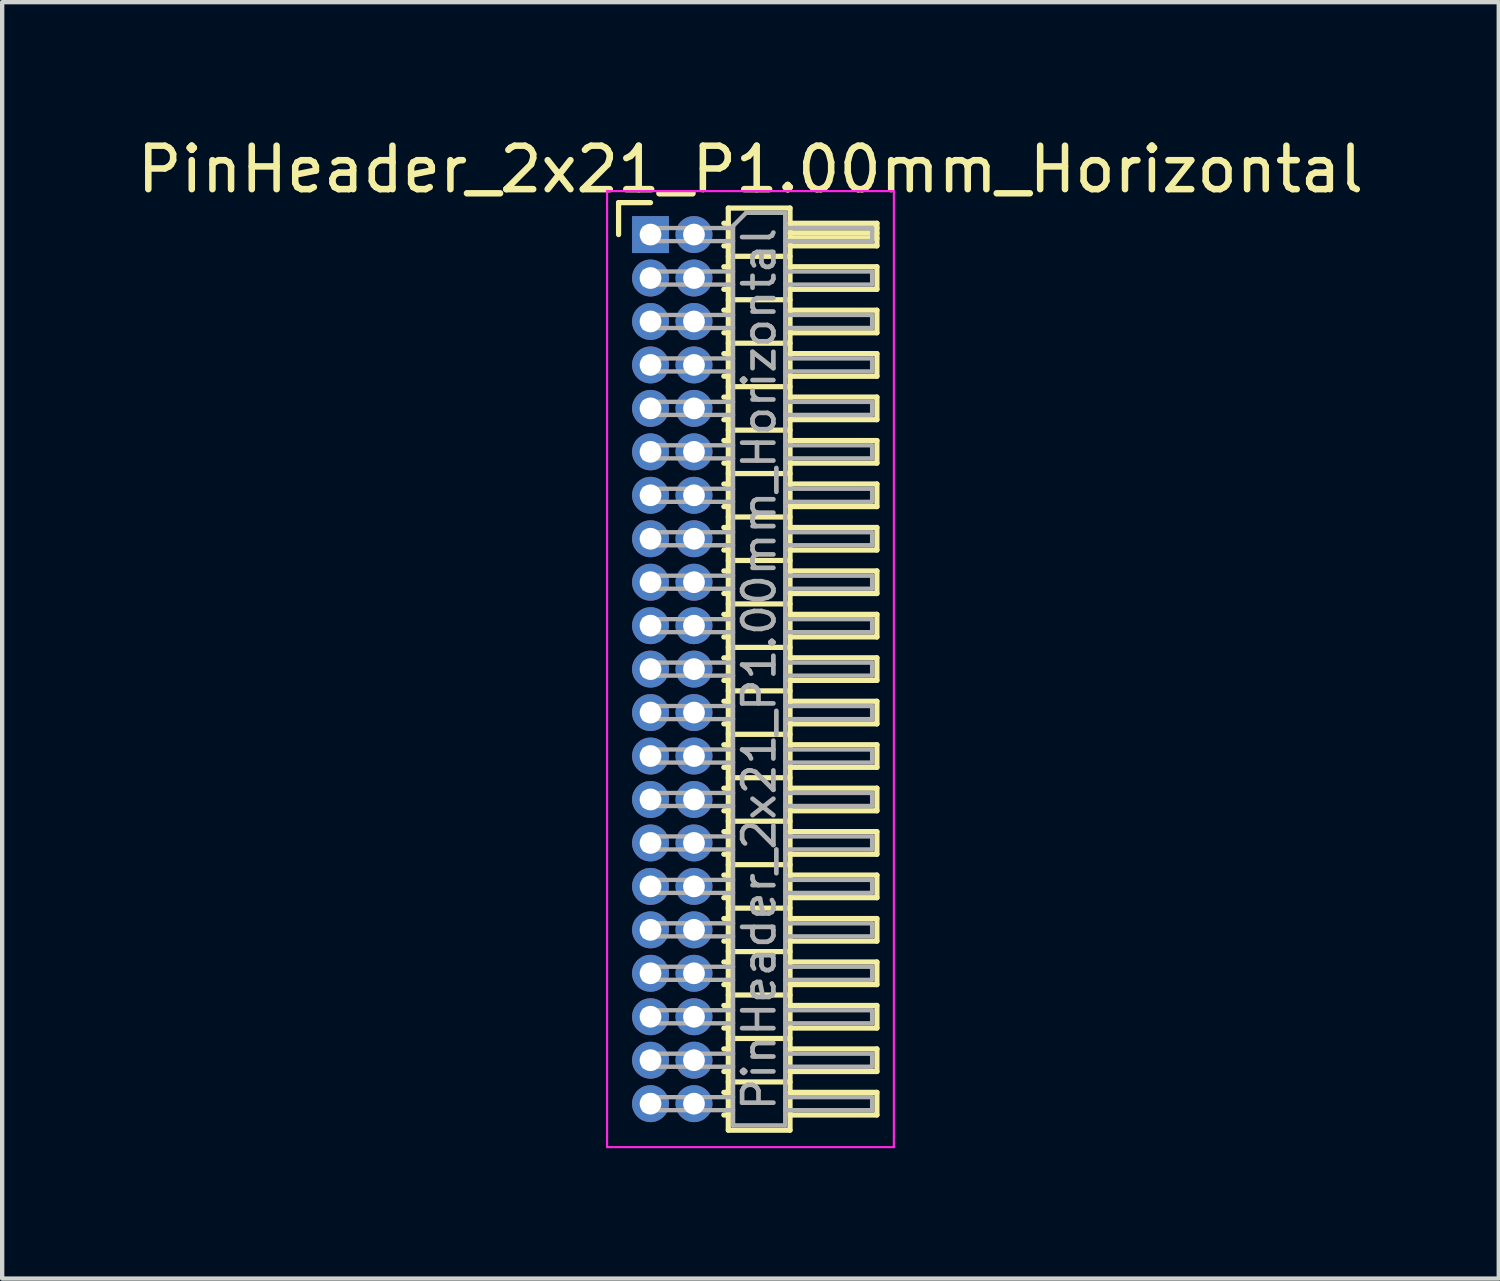
<source format=kicad_pcb>
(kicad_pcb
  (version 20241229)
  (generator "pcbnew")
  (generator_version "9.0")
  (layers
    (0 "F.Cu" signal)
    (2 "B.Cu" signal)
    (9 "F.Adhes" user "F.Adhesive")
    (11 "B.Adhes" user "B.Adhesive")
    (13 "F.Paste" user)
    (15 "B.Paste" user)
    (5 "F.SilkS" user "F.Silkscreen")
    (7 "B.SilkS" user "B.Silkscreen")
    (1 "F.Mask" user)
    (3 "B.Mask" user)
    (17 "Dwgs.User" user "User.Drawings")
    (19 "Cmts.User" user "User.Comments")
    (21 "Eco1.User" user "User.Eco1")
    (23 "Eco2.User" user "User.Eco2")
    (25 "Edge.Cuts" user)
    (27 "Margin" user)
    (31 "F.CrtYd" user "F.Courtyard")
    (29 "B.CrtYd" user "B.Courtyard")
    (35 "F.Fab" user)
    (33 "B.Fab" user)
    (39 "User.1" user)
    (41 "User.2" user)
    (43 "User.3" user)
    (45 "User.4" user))
  (footprint "PinHeader_2x21_P1.00mm_Horizontal"
    (layer "F.Cu")
    (at 11.92 2.348)
    (property "Reference" "PinHeader_2x21_P1.00mm_Horizontal" (at 2.3 -1.5 0) (layer "F.SilkS") (effects (font (size 1 1) (thickness 0.15))))
    (attr through_hole)
    (fp_line (start -0.735 -0.735) (end 0 -0.735) (stroke (width 0.12) (type solid)) (layer "F.SilkS"))
    (fp_line (start -0.735 0) (end -0.735 -0.735) (stroke (width 0.12) (type solid)) (layer "F.SilkS"))
    (fp_line (start 1.687 -0.26) (end 1.79 -0.26) (stroke (width 0.12) (type solid)) (layer "F.SilkS"))
    (fp_line (start 1.687 0.26) (end 1.79 0.26) (stroke (width 0.12) (type solid)) (layer "F.SilkS"))
    (fp_line (start 1.687 0.74) (end 1.79 0.74) (stroke (width 0.12) (type solid)) (layer "F.SilkS"))
    (fp_line (start 1.687 1.26) (end 1.79 1.26) (stroke (width 0.12) (type solid)) (layer "F.SilkS"))
    (fp_line (start 1.687 1.74) (end 1.79 1.74) (stroke (width 0.12) (type solid)) (layer "F.SilkS"))
    (fp_line (start 1.687 2.26) (end 1.79 2.26) (stroke (width 0.12) (type solid)) (layer "F.SilkS"))
    (fp_line (start 1.687 2.74) (end 1.79 2.74) (stroke (width 0.12) (type solid)) (layer "F.SilkS"))
    (fp_line (start 1.687 3.26) (end 1.79 3.26) (stroke (width 0.12) (type solid)) (layer "F.SilkS"))
    (fp_line (start 1.687 3.74) (end 1.79 3.74) (stroke (width 0.12) (type solid)) (layer "F.SilkS"))
    (fp_line (start 1.687 4.26) (end 1.79 4.26) (stroke (width 0.12) (type solid)) (layer "F.SilkS"))
    (fp_line (start 1.687 4.74) (end 1.79 4.74) (stroke (width 0.12) (type solid)) (layer "F.SilkS"))
    (fp_line (start 1.687 5.26) (end 1.79 5.26) (stroke (width 0.12) (type solid)) (layer "F.SilkS"))
    (fp_line (start 1.687 5.74) (end 1.79 5.74) (stroke (width 0.12) (type solid)) (layer "F.SilkS"))
    (fp_line (start 1.687 6.26) (end 1.79 6.26) (stroke (width 0.12) (type solid)) (layer "F.SilkS"))
    (fp_line (start 1.687 6.74) (end 1.79 6.74) (stroke (width 0.12) (type solid)) (layer "F.SilkS"))
    (fp_line (start 1.687 7.26) (end 1.79 7.26) (stroke (width 0.12) (type solid)) (layer "F.SilkS"))
    (fp_line (start 1.687 7.74) (end 1.79 7.74) (stroke (width 0.12) (type solid)) (layer "F.SilkS"))
    (fp_line (start 1.687 8.26) (end 1.79 8.26) (stroke (width 0.12) (type solid)) (layer "F.SilkS"))
    (fp_line (start 1.687 8.74) (end 1.79 8.74) (stroke (width 0.12) (type solid)) (layer "F.SilkS"))
    (fp_line (start 1.687 9.26) (end 1.79 9.26) (stroke (width 0.12) (type solid)) (layer "F.SilkS"))
    (fp_line (start 1.687 9.74) (end 1.79 9.74) (stroke (width 0.12) (type solid)) (layer "F.SilkS"))
    (fp_line (start 1.687 10.26) (end 1.79 10.26) (stroke (width 0.12) (type solid)) (layer "F.SilkS"))
    (fp_line (start 1.687 10.74) (end 1.79 10.74) (stroke (width 0.12) (type solid)) (layer "F.SilkS"))
    (fp_line (start 1.687 11.26) (end 1.79 11.26) (stroke (width 0.12) (type solid)) (layer "F.SilkS"))
    (fp_line (start 1.687 11.74) (end 1.79 11.74) (stroke (width 0.12) (type solid)) (layer "F.SilkS"))
    (fp_line (start 1.687 12.26) (end 1.79 12.26) (stroke (width 0.12) (type solid)) (layer "F.SilkS"))
    (fp_line (start 1.687 12.74) (end 1.79 12.74) (stroke (width 0.12) (type solid)) (layer "F.SilkS"))
    (fp_line (start 1.687 13.26) (end 1.79 13.26) (stroke (width 0.12) (type solid)) (layer "F.SilkS"))
    (fp_line (start 1.687 13.74) (end 1.79 13.74) (stroke (width 0.12) (type solid)) (layer "F.SilkS"))
    (fp_line (start 1.687 14.26) (end 1.79 14.26) (stroke (width 0.12) (type solid)) (layer "F.SilkS"))
    (fp_line (start 1.687 14.74) (end 1.79 14.74) (stroke (width 0.12) (type solid)) (layer "F.SilkS"))
    (fp_line (start 1.687 15.26) (end 1.79 15.26) (stroke (width 0.12) (type solid)) (layer "F.SilkS"))
    (fp_line (start 1.687 15.74) (end 1.79 15.74) (stroke (width 0.12) (type solid)) (layer "F.SilkS"))
    (fp_line (start 1.687 16.26) (end 1.79 16.26) (stroke (width 0.12) (type solid)) (layer "F.SilkS"))
    (fp_line (start 1.687 16.74) (end 1.79 16.74) (stroke (width 0.12) (type solid)) (layer "F.SilkS"))
    (fp_line (start 1.687 17.26) (end 1.79 17.26) (stroke (width 0.12) (type solid)) (layer "F.SilkS"))
    (fp_line (start 1.687 17.74) (end 1.79 17.74) (stroke (width 0.12) (type solid)) (layer "F.SilkS"))
    (fp_line (start 1.687 18.26) (end 1.79 18.26) (stroke (width 0.12) (type solid)) (layer "F.SilkS"))
    (fp_line (start 1.687 18.74) (end 1.79 18.74) (stroke (width 0.12) (type solid)) (layer "F.SilkS"))
    (fp_line (start 1.687 19.26) (end 1.79 19.26) (stroke (width 0.12) (type solid)) (layer "F.SilkS"))
    (fp_line (start 1.687 19.74) (end 1.79 19.74) (stroke (width 0.12) (type solid)) (layer "F.SilkS"))
    (fp_line (start 1.687 20.26) (end 1.79 20.26) (stroke (width 0.12) (type solid)) (layer "F.SilkS"))
    (fp_line (start 1.79 -0.61) (end 1.79 20.61) (stroke (width 0.12) (type solid)) (layer "F.SilkS"))
    (fp_line (start 1.79 0.5) (end 3.21 0.5) (stroke (width 0.12) (type solid)) (layer "F.SilkS"))
    (fp_line (start 1.79 1.5) (end 3.21 1.5) (stroke (width 0.12) (type solid)) (layer "F.SilkS"))
    (fp_line (start 1.79 2.5) (end 3.21 2.5) (stroke (width 0.12) (type solid)) (layer "F.SilkS"))
    (fp_line (start 1.79 3.5) (end 3.21 3.5) (stroke (width 0.12) (type solid)) (layer "F.SilkS"))
    (fp_line (start 1.79 4.5) (end 3.21 4.5) (stroke (width 0.12) (type solid)) (layer "F.SilkS"))
    (fp_line (start 1.79 5.5) (end 3.21 5.5) (stroke (width 0.12) (type solid)) (layer "F.SilkS"))
    (fp_line (start 1.79 6.5) (end 3.21 6.5) (stroke (width 0.12) (type solid)) (layer "F.SilkS"))
    (fp_line (start 1.79 7.5) (end 3.21 7.5) (stroke (width 0.12) (type solid)) (layer "F.SilkS"))
    (fp_line (start 1.79 8.5) (end 3.21 8.5) (stroke (width 0.12) (type solid)) (layer "F.SilkS"))
    (fp_line (start 1.79 9.5) (end 3.21 9.5) (stroke (width 0.12) (type solid)) (layer "F.SilkS"))
    (fp_line (start 1.79 10.5) (end 3.21 10.5) (stroke (width 0.12) (type solid)) (layer "F.SilkS"))
    (fp_line (start 1.79 11.5) (end 3.21 11.5) (stroke (width 0.12) (type solid)) (layer "F.SilkS"))
    (fp_line (start 1.79 12.5) (end 3.21 12.5) (stroke (width 0.12) (type solid)) (layer "F.SilkS"))
    (fp_line (start 1.79 13.5) (end 3.21 13.5) (stroke (width 0.12) (type solid)) (layer "F.SilkS"))
    (fp_line (start 1.79 14.5) (end 3.21 14.5) (stroke (width 0.12) (type solid)) (layer "F.SilkS"))
    (fp_line (start 1.79 15.5) (end 3.21 15.5) (stroke (width 0.12) (type solid)) (layer "F.SilkS"))
    (fp_line (start 1.79 16.5) (end 3.21 16.5) (stroke (width 0.12) (type solid)) (layer "F.SilkS"))
    (fp_line (start 1.79 17.5) (end 3.21 17.5) (stroke (width 0.12) (type solid)) (layer "F.SilkS"))
    (fp_line (start 1.79 18.5) (end 3.21 18.5) (stroke (width 0.12) (type solid)) (layer "F.SilkS"))
    (fp_line (start 1.79 19.5) (end 3.21 19.5) (stroke (width 0.12) (type solid)) (layer "F.SilkS"))
    (fp_line (start 1.79 20.61) (end 3.21 20.61) (stroke (width 0.12) (type solid)) (layer "F.SilkS"))
    (fp_line (start 3.21 -0.61) (end 1.79 -0.61) (stroke (width 0.12) (type solid)) (layer "F.SilkS"))
    (fp_line (start 3.21 -0.26) (end 5.21 -0.26) (stroke (width 0.12) (type solid)) (layer "F.SilkS"))
    (fp_line (start 3.21 -0.15) (end 5.21 -0.15) (stroke (width 0.12) (type solid)) (layer "F.SilkS"))
    (fp_line (start 3.21 -0.03) (end 5.21 -0.03) (stroke (width 0.12) (type solid)) (layer "F.SilkS"))
    (fp_line (start 3.21 0.09) (end 5.21 0.09) (stroke (width 0.12) (type solid)) (layer "F.SilkS"))
    (fp_line (start 3.21 0.74) (end 5.21 0.74) (stroke (width 0.12) (type solid)) (layer "F.SilkS"))
    (fp_line (start 3.21 1.74) (end 5.21 1.74) (stroke (width 0.12) (type solid)) (layer "F.SilkS"))
    (fp_line (start 3.21 2.74) (end 5.21 2.74) (stroke (width 0.12) (type solid)) (layer "F.SilkS"))
    (fp_line (start 3.21 3.74) (end 5.21 3.74) (stroke (width 0.12) (type solid)) (layer "F.SilkS"))
    (fp_line (start 3.21 4.74) (end 5.21 4.74) (stroke (width 0.12) (type solid)) (layer "F.SilkS"))
    (fp_line (start 3.21 5.74) (end 5.21 5.74) (stroke (width 0.12) (type solid)) (layer "F.SilkS"))
    (fp_line (start 3.21 6.74) (end 5.21 6.74) (stroke (width 0.12) (type solid)) (layer "F.SilkS"))
    (fp_line (start 3.21 7.74) (end 5.21 7.74) (stroke (width 0.12) (type solid)) (layer "F.SilkS"))
    (fp_line (start 3.21 8.74) (end 5.21 8.74) (stroke (width 0.12) (type solid)) (layer "F.SilkS"))
    (fp_line (start 3.21 9.74) (end 5.21 9.74) (stroke (width 0.12) (type solid)) (layer "F.SilkS"))
    (fp_line (start 3.21 10.74) (end 5.21 10.74) (stroke (width 0.12) (type solid)) (layer "F.SilkS"))
    (fp_line (start 3.21 11.74) (end 5.21 11.74) (stroke (width 0.12) (type solid)) (layer "F.SilkS"))
    (fp_line (start 3.21 12.74) (end 5.21 12.74) (stroke (width 0.12) (type solid)) (layer "F.SilkS"))
    (fp_line (start 3.21 13.74) (end 5.21 13.74) (stroke (width 0.12) (type solid)) (layer "F.SilkS"))
    (fp_line (start 3.21 14.74) (end 5.21 14.74) (stroke (width 0.12) (type solid)) (layer "F.SilkS"))
    (fp_line (start 3.21 15.74) (end 5.21 15.74) (stroke (width 0.12) (type solid)) (layer "F.SilkS"))
    (fp_line (start 3.21 16.74) (end 5.21 16.74) (stroke (width 0.12) (type solid)) (layer "F.SilkS"))
    (fp_line (start 3.21 17.74) (end 5.21 17.74) (stroke (width 0.12) (type solid)) (layer "F.SilkS"))
    (fp_line (start 3.21 18.74) (end 5.21 18.74) (stroke (width 0.12) (type solid)) (layer "F.SilkS"))
    (fp_line (start 3.21 19.74) (end 5.21 19.74) (stroke (width 0.12) (type solid)) (layer "F.SilkS"))
    (fp_line (start 3.21 20.61) (end 3.21 -0.61) (stroke (width 0.12) (type solid)) (layer "F.SilkS"))
    (fp_line (start 5.21 -0.26) (end 5.21 0.26) (stroke (width 0.12) (type solid)) (layer "F.SilkS"))
    (fp_line (start 5.21 0.26) (end 3.21 0.26) (stroke (width 0.12) (type solid)) (layer "F.SilkS"))
    (fp_line (start 5.21 0.74) (end 5.21 1.26) (stroke (width 0.12) (type solid)) (layer "F.SilkS"))
    (fp_line (start 5.21 1.26) (end 3.21 1.26) (stroke (width 0.12) (type solid)) (layer "F.SilkS"))
    (fp_line (start 5.21 1.74) (end 5.21 2.26) (stroke (width 0.12) (type solid)) (layer "F.SilkS"))
    (fp_line (start 5.21 2.26) (end 3.21 2.26) (stroke (width 0.12) (type solid)) (layer "F.SilkS"))
    (fp_line (start 5.21 2.74) (end 5.21 3.26) (stroke (width 0.12) (type solid)) (layer "F.SilkS"))
    (fp_line (start 5.21 3.26) (end 3.21 3.26) (stroke (width 0.12) (type solid)) (layer "F.SilkS"))
    (fp_line (start 5.21 3.74) (end 5.21 4.26) (stroke (width 0.12) (type solid)) (layer "F.SilkS"))
    (fp_line (start 5.21 4.26) (end 3.21 4.26) (stroke (width 0.12) (type solid)) (layer "F.SilkS"))
    (fp_line (start 5.21 4.74) (end 5.21 5.26) (stroke (width 0.12) (type solid)) (layer "F.SilkS"))
    (fp_line (start 5.21 5.26) (end 3.21 5.26) (stroke (width 0.12) (type solid)) (layer "F.SilkS"))
    (fp_line (start 5.21 5.74) (end 5.21 6.26) (stroke (width 0.12) (type solid)) (layer "F.SilkS"))
    (fp_line (start 5.21 6.26) (end 3.21 6.26) (stroke (width 0.12) (type solid)) (layer "F.SilkS"))
    (fp_line (start 5.21 6.74) (end 5.21 7.26) (stroke (width 0.12) (type solid)) (layer "F.SilkS"))
    (fp_line (start 5.21 7.26) (end 3.21 7.26) (stroke (width 0.12) (type solid)) (layer "F.SilkS"))
    (fp_line (start 5.21 7.74) (end 5.21 8.26) (stroke (width 0.12) (type solid)) (layer "F.SilkS"))
    (fp_line (start 5.21 8.26) (end 3.21 8.26) (stroke (width 0.12) (type solid)) (layer "F.SilkS"))
    (fp_line (start 5.21 8.74) (end 5.21 9.26) (stroke (width 0.12) (type solid)) (layer "F.SilkS"))
    (fp_line (start 5.21 9.26) (end 3.21 9.26) (stroke (width 0.12) (type solid)) (layer "F.SilkS"))
    (fp_line (start 5.21 9.74) (end 5.21 10.26) (stroke (width 0.12) (type solid)) (layer "F.SilkS"))
    (fp_line (start 5.21 10.26) (end 3.21 10.26) (stroke (width 0.12) (type solid)) (layer "F.SilkS"))
    (fp_line (start 5.21 10.74) (end 5.21 11.26) (stroke (width 0.12) (type solid)) (layer "F.SilkS"))
    (fp_line (start 5.21 11.26) (end 3.21 11.26) (stroke (width 0.12) (type solid)) (layer "F.SilkS"))
    (fp_line (start 5.21 11.74) (end 5.21 12.26) (stroke (width 0.12) (type solid)) (layer "F.SilkS"))
    (fp_line (start 5.21 12.26) (end 3.21 12.26) (stroke (width 0.12) (type solid)) (layer "F.SilkS"))
    (fp_line (start 5.21 12.74) (end 5.21 13.26) (stroke (width 0.12) (type solid)) (layer "F.SilkS"))
    (fp_line (start 5.21 13.26) (end 3.21 13.26) (stroke (width 0.12) (type solid)) (layer "F.SilkS"))
    (fp_line (start 5.21 13.74) (end 5.21 14.26) (stroke (width 0.12) (type solid)) (layer "F.SilkS"))
    (fp_line (start 5.21 14.26) (end 3.21 14.26) (stroke (width 0.12) (type solid)) (layer "F.SilkS"))
    (fp_line (start 5.21 14.74) (end 5.21 15.26) (stroke (width 0.12) (type solid)) (layer "F.SilkS"))
    (fp_line (start 5.21 15.26) (end 3.21 15.26) (stroke (width 0.12) (type solid)) (layer "F.SilkS"))
    (fp_line (start 5.21 15.74) (end 5.21 16.26) (stroke (width 0.12) (type solid)) (layer "F.SilkS"))
    (fp_line (start 5.21 16.26) (end 3.21 16.26) (stroke (width 0.12) (type solid)) (layer "F.SilkS"))
    (fp_line (start 5.21 16.74) (end 5.21 17.26) (stroke (width 0.12) (type solid)) (layer "F.SilkS"))
    (fp_line (start 5.21 17.26) (end 3.21 17.26) (stroke (width 0.12) (type solid)) (layer "F.SilkS"))
    (fp_line (start 5.21 17.74) (end 5.21 18.26) (stroke (width 0.12) (type solid)) (layer "F.SilkS"))
    (fp_line (start 5.21 18.26) (end 3.21 18.26) (stroke (width 0.12) (type solid)) (layer "F.SilkS"))
    (fp_line (start 5.21 18.74) (end 5.21 19.26) (stroke (width 0.12) (type solid)) (layer "F.SilkS"))
    (fp_line (start 5.21 19.26) (end 3.21 19.26) (stroke (width 0.12) (type solid)) (layer "F.SilkS"))
    (fp_line (start 5.21 19.74) (end 5.21 20.26) (stroke (width 0.12) (type solid)) (layer "F.SilkS"))
    (fp_line (start 5.21 20.26) (end 3.21 20.26) (stroke (width 0.12) (type solid)) (layer "F.SilkS"))
    (fp_line (start -1 -1) (end -1 21) (stroke (width 0.05) (type solid)) (layer "F.CrtYd"))
    (fp_line (start -1 21) (end 5.6 21) (stroke (width 0.05) (type solid)) (layer "F.CrtYd"))
    (fp_line (start 5.6 -1) (end -1 -1) (stroke (width 0.05) (type solid)) (layer "F.CrtYd"))
    (fp_line (start 5.6 21) (end 5.6 -1) (stroke (width 0.05) (type solid)) (layer "F.CrtYd"))
    (fp_line (start -0.15 -0.15) (end -0.15 0.15) (stroke (width 0.1) (type solid)) (layer "F.Fab"))
    (fp_line (start -0.15 -0.15) (end 1.9 -0.15) (stroke (width 0.1) (type solid)) (layer "F.Fab"))
    (fp_line (start -0.15 0.15) (end 1.9 0.15) (stroke (width 0.1) (type solid)) (layer "F.Fab"))
    (fp_line (start -0.15 0.85) (end -0.15 1.15) (stroke (width 0.1) (type solid)) (layer "F.Fab"))
    (fp_line (start -0.15 0.85) (end 1.9 0.85) (stroke (width 0.1) (type solid)) (layer "F.Fab"))
    (fp_line (start -0.15 1.15) (end 1.9 1.15) (stroke (width 0.1) (type solid)) (layer "F.Fab"))
    (fp_line (start -0.15 1.85) (end -0.15 2.15) (stroke (width 0.1) (type solid)) (layer "F.Fab"))
    (fp_line (start -0.15 1.85) (end 1.9 1.85) (stroke (width 0.1) (type solid)) (layer "F.Fab"))
    (fp_line (start -0.15 2.15) (end 1.9 2.15) (stroke (width 0.1) (type solid)) (layer "F.Fab"))
    (fp_line (start -0.15 2.85) (end -0.15 3.15) (stroke (width 0.1) (type solid)) (layer "F.Fab"))
    (fp_line (start -0.15 2.85) (end 1.9 2.85) (stroke (width 0.1) (type solid)) (layer "F.Fab"))
    (fp_line (start -0.15 3.15) (end 1.9 3.15) (stroke (width 0.1) (type solid)) (layer "F.Fab"))
    (fp_line (start -0.15 3.85) (end -0.15 4.15) (stroke (width 0.1) (type solid)) (layer "F.Fab"))
    (fp_line (start -0.15 3.85) (end 1.9 3.85) (stroke (width 0.1) (type solid)) (layer "F.Fab"))
    (fp_line (start -0.15 4.15) (end 1.9 4.15) (stroke (width 0.1) (type solid)) (layer "F.Fab"))
    (fp_line (start -0.15 4.85) (end -0.15 5.15) (stroke (width 0.1) (type solid)) (layer "F.Fab"))
    (fp_line (start -0.15 4.85) (end 1.9 4.85) (stroke (width 0.1) (type solid)) (layer "F.Fab"))
    (fp_line (start -0.15 5.15) (end 1.9 5.15) (stroke (width 0.1) (type solid)) (layer "F.Fab"))
    (fp_line (start -0.15 5.85) (end -0.15 6.15) (stroke (width 0.1) (type solid)) (layer "F.Fab"))
    (fp_line (start -0.15 5.85) (end 1.9 5.85) (stroke (width 0.1) (type solid)) (layer "F.Fab"))
    (fp_line (start -0.15 6.15) (end 1.9 6.15) (stroke (width 0.1) (type solid)) (layer "F.Fab"))
    (fp_line (start -0.15 6.85) (end -0.15 7.15) (stroke (width 0.1) (type solid)) (layer "F.Fab"))
    (fp_line (start -0.15 6.85) (end 1.9 6.85) (stroke (width 0.1) (type solid)) (layer "F.Fab"))
    (fp_line (start -0.15 7.15) (end 1.9 7.15) (stroke (width 0.1) (type solid)) (layer "F.Fab"))
    (fp_line (start -0.15 7.85) (end -0.15 8.15) (stroke (width 0.1) (type solid)) (layer "F.Fab"))
    (fp_line (start -0.15 7.85) (end 1.9 7.85) (stroke (width 0.1) (type solid)) (layer "F.Fab"))
    (fp_line (start -0.15 8.15) (end 1.9 8.15) (stroke (width 0.1) (type solid)) (layer "F.Fab"))
    (fp_line (start -0.15 8.85) (end -0.15 9.15) (stroke (width 0.1) (type solid)) (layer "F.Fab"))
    (fp_line (start -0.15 8.85) (end 1.9 8.85) (stroke (width 0.1) (type solid)) (layer "F.Fab"))
    (fp_line (start -0.15 9.15) (end 1.9 9.15) (stroke (width 0.1) (type solid)) (layer "F.Fab"))
    (fp_line (start -0.15 9.85) (end -0.15 10.15) (stroke (width 0.1) (type solid)) (layer "F.Fab"))
    (fp_line (start -0.15 9.85) (end 1.9 9.85) (stroke (width 0.1) (type solid)) (layer "F.Fab"))
    (fp_line (start -0.15 10.15) (end 1.9 10.15) (stroke (width 0.1) (type solid)) (layer "F.Fab"))
    (fp_line (start -0.15 10.85) (end -0.15 11.15) (stroke (width 0.1) (type solid)) (layer "F.Fab"))
    (fp_line (start -0.15 10.85) (end 1.9 10.85) (stroke (width 0.1) (type solid)) (layer "F.Fab"))
    (fp_line (start -0.15 11.15) (end 1.9 11.15) (stroke (width 0.1) (type solid)) (layer "F.Fab"))
    (fp_line (start -0.15 11.85) (end -0.15 12.15) (stroke (width 0.1) (type solid)) (layer "F.Fab"))
    (fp_line (start -0.15 11.85) (end 1.9 11.85) (stroke (width 0.1) (type solid)) (layer "F.Fab"))
    (fp_line (start -0.15 12.15) (end 1.9 12.15) (stroke (width 0.1) (type solid)) (layer "F.Fab"))
    (fp_line (start -0.15 12.85) (end -0.15 13.15) (stroke (width 0.1) (type solid)) (layer "F.Fab"))
    (fp_line (start -0.15 12.85) (end 1.9 12.85) (stroke (width 0.1) (type solid)) (layer "F.Fab"))
    (fp_line (start -0.15 13.15) (end 1.9 13.15) (stroke (width 0.1) (type solid)) (layer "F.Fab"))
    (fp_line (start -0.15 13.85) (end -0.15 14.15) (stroke (width 0.1) (type solid)) (layer "F.Fab"))
    (fp_line (start -0.15 13.85) (end 1.9 13.85) (stroke (width 0.1) (type solid)) (layer "F.Fab"))
    (fp_line (start -0.15 14.15) (end 1.9 14.15) (stroke (width 0.1) (type solid)) (layer "F.Fab"))
    (fp_line (start -0.15 14.85) (end -0.15 15.15) (stroke (width 0.1) (type solid)) (layer "F.Fab"))
    (fp_line (start -0.15 14.85) (end 1.9 14.85) (stroke (width 0.1) (type solid)) (layer "F.Fab"))
    (fp_line (start -0.15 15.15) (end 1.9 15.15) (stroke (width 0.1) (type solid)) (layer "F.Fab"))
    (fp_line (start -0.15 15.85) (end -0.15 16.15) (stroke (width 0.1) (type solid)) (layer "F.Fab"))
    (fp_line (start -0.15 15.85) (end 1.9 15.85) (stroke (width 0.1) (type solid)) (layer "F.Fab"))
    (fp_line (start -0.15 16.15) (end 1.9 16.15) (stroke (width 0.1) (type solid)) (layer "F.Fab"))
    (fp_line (start -0.15 16.85) (end -0.15 17.15) (stroke (width 0.1) (type solid)) (layer "F.Fab"))
    (fp_line (start -0.15 16.85) (end 1.9 16.85) (stroke (width 0.1) (type solid)) (layer "F.Fab"))
    (fp_line (start -0.15 17.15) (end 1.9 17.15) (stroke (width 0.1) (type solid)) (layer "F.Fab"))
    (fp_line (start -0.15 17.85) (end -0.15 18.15) (stroke (width 0.1) (type solid)) (layer "F.Fab"))
    (fp_line (start -0.15 17.85) (end 1.9 17.85) (stroke (width 0.1) (type solid)) (layer "F.Fab"))
    (fp_line (start -0.15 18.15) (end 1.9 18.15) (stroke (width 0.1) (type solid)) (layer "F.Fab"))
    (fp_line (start -0.15 18.85) (end -0.15 19.15) (stroke (width 0.1) (type solid)) (layer "F.Fab"))
    (fp_line (start -0.15 18.85) (end 1.9 18.85) (stroke (width 0.1) (type solid)) (layer "F.Fab"))
    (fp_line (start -0.15 19.15) (end 1.9 19.15) (stroke (width 0.1) (type solid)) (layer "F.Fab"))
    (fp_line (start -0.15 19.85) (end -0.15 20.15) (stroke (width 0.1) (type solid)) (layer "F.Fab"))
    (fp_line (start -0.15 19.85) (end 1.9 19.85) (stroke (width 0.1) (type solid)) (layer "F.Fab"))
    (fp_line (start -0.15 20.15) (end 1.9 20.15) (stroke (width 0.1) (type solid)) (layer "F.Fab"))
    (fp_line (start 1.9 -0.2) (end 2.2 -0.5) (stroke (width 0.1) (type solid)) (layer "F.Fab"))
    (fp_line (start 1.9 20.5) (end 1.9 -0.2) (stroke (width 0.1) (type solid)) (layer "F.Fab"))
    (fp_line (start 2.2 -0.5) (end 3.1 -0.5) (stroke (width 0.1) (type solid)) (layer "F.Fab"))
    (fp_line (start 3.1 -0.5) (end 3.1 20.5) (stroke (width 0.1) (type solid)) (layer "F.Fab"))
    (fp_line (start 3.1 -0.15) (end 5.1 -0.15) (stroke (width 0.1) (type solid)) (layer "F.Fab"))
    (fp_line (start 3.1 0.15) (end 5.1 0.15) (stroke (width 0.1) (type solid)) (layer "F.Fab"))
    (fp_line (start 3.1 0.85) (end 5.1 0.85) (stroke (width 0.1) (type solid)) (layer "F.Fab"))
    (fp_line (start 3.1 1.15) (end 5.1 1.15) (stroke (width 0.1) (type solid)) (layer "F.Fab"))
    (fp_line (start 3.1 1.85) (end 5.1 1.85) (stroke (width 0.1) (type solid)) (layer "F.Fab"))
    (fp_line (start 3.1 2.15) (end 5.1 2.15) (stroke (width 0.1) (type solid)) (layer "F.Fab"))
    (fp_line (start 3.1 2.85) (end 5.1 2.85) (stroke (width 0.1) (type solid)) (layer "F.Fab"))
    (fp_line (start 3.1 3.15) (end 5.1 3.15) (stroke (width 0.1) (type solid)) (layer "F.Fab"))
    (fp_line (start 3.1 3.85) (end 5.1 3.85) (stroke (width 0.1) (type solid)) (layer "F.Fab"))
    (fp_line (start 3.1 4.15) (end 5.1 4.15) (stroke (width 0.1) (type solid)) (layer "F.Fab"))
    (fp_line (start 3.1 4.85) (end 5.1 4.85) (stroke (width 0.1) (type solid)) (layer "F.Fab"))
    (fp_line (start 3.1 5.15) (end 5.1 5.15) (stroke (width 0.1) (type solid)) (layer "F.Fab"))
    (fp_line (start 3.1 5.85) (end 5.1 5.85) (stroke (width 0.1) (type solid)) (layer "F.Fab"))
    (fp_line (start 3.1 6.15) (end 5.1 6.15) (stroke (width 0.1) (type solid)) (layer "F.Fab"))
    (fp_line (start 3.1 6.85) (end 5.1 6.85) (stroke (width 0.1) (type solid)) (layer "F.Fab"))
    (fp_line (start 3.1 7.15) (end 5.1 7.15) (stroke (width 0.1) (type solid)) (layer "F.Fab"))
    (fp_line (start 3.1 7.85) (end 5.1 7.85) (stroke (width 0.1) (type solid)) (layer "F.Fab"))
    (fp_line (start 3.1 8.15) (end 5.1 8.15) (stroke (width 0.1) (type solid)) (layer "F.Fab"))
    (fp_line (start 3.1 8.85) (end 5.1 8.85) (stroke (width 0.1) (type solid)) (layer "F.Fab"))
    (fp_line (start 3.1 9.15) (end 5.1 9.15) (stroke (width 0.1) (type solid)) (layer "F.Fab"))
    (fp_line (start 3.1 9.85) (end 5.1 9.85) (stroke (width 0.1) (type solid)) (layer "F.Fab"))
    (fp_line (start 3.1 10.15) (end 5.1 10.15) (stroke (width 0.1) (type solid)) (layer "F.Fab"))
    (fp_line (start 3.1 10.85) (end 5.1 10.85) (stroke (width 0.1) (type solid)) (layer "F.Fab"))
    (fp_line (start 3.1 11.15) (end 5.1 11.15) (stroke (width 0.1) (type solid)) (layer "F.Fab"))
    (fp_line (start 3.1 11.85) (end 5.1 11.85) (stroke (width 0.1) (type solid)) (layer "F.Fab"))
    (fp_line (start 3.1 12.15) (end 5.1 12.15) (stroke (width 0.1) (type solid)) (layer "F.Fab"))
    (fp_line (start 3.1 12.85) (end 5.1 12.85) (stroke (width 0.1) (type solid)) (layer "F.Fab"))
    (fp_line (start 3.1 13.15) (end 5.1 13.15) (stroke (width 0.1) (type solid)) (layer "F.Fab"))
    (fp_line (start 3.1 13.85) (end 5.1 13.85) (stroke (width 0.1) (type solid)) (layer "F.Fab"))
    (fp_line (start 3.1 14.15) (end 5.1 14.15) (stroke (width 0.1) (type solid)) (layer "F.Fab"))
    (fp_line (start 3.1 14.85) (end 5.1 14.85) (stroke (width 0.1) (type solid)) (layer "F.Fab"))
    (fp_line (start 3.1 15.15) (end 5.1 15.15) (stroke (width 0.1) (type solid)) (layer "F.Fab"))
    (fp_line (start 3.1 15.85) (end 5.1 15.85) (stroke (width 0.1) (type solid)) (layer "F.Fab"))
    (fp_line (start 3.1 16.15) (end 5.1 16.15) (stroke (width 0.1) (type solid)) (layer "F.Fab"))
    (fp_line (start 3.1 16.85) (end 5.1 16.85) (stroke (width 0.1) (type solid)) (layer "F.Fab"))
    (fp_line (start 3.1 17.15) (end 5.1 17.15) (stroke (width 0.1) (type solid)) (layer "F.Fab"))
    (fp_line (start 3.1 17.85) (end 5.1 17.85) (stroke (width 0.1) (type solid)) (layer "F.Fab"))
    (fp_line (start 3.1 18.15) (end 5.1 18.15) (stroke (width 0.1) (type solid)) (layer "F.Fab"))
    (fp_line (start 3.1 18.85) (end 5.1 18.85) (stroke (width 0.1) (type solid)) (layer "F.Fab"))
    (fp_line (start 3.1 19.15) (end 5.1 19.15) (stroke (width 0.1) (type solid)) (layer "F.Fab"))
    (fp_line (start 3.1 19.85) (end 5.1 19.85) (stroke (width 0.1) (type solid)) (layer "F.Fab"))
    (fp_line (start 3.1 20.15) (end 5.1 20.15) (stroke (width 0.1) (type solid)) (layer "F.Fab"))
    (fp_line (start 3.1 20.5) (end 1.9 20.5) (stroke (width 0.1) (type solid)) (layer "F.Fab"))
    (fp_line (start 5.1 -0.15) (end 5.1 0.15) (stroke (width 0.1) (type solid)) (layer "F.Fab"))
    (fp_line (start 5.1 0.85) (end 5.1 1.15) (stroke (width 0.1) (type solid)) (layer "F.Fab"))
    (fp_line (start 5.1 1.85) (end 5.1 2.15) (stroke (width 0.1) (type solid)) (layer "F.Fab"))
    (fp_line (start 5.1 2.85) (end 5.1 3.15) (stroke (width 0.1) (type solid)) (layer "F.Fab"))
    (fp_line (start 5.1 3.85) (end 5.1 4.15) (stroke (width 0.1) (type solid)) (layer "F.Fab"))
    (fp_line (start 5.1 4.85) (end 5.1 5.15) (stroke (width 0.1) (type solid)) (layer "F.Fab"))
    (fp_line (start 5.1 5.85) (end 5.1 6.15) (stroke (width 0.1) (type solid)) (layer "F.Fab"))
    (fp_line (start 5.1 6.85) (end 5.1 7.15) (stroke (width 0.1) (type solid)) (layer "F.Fab"))
    (fp_line (start 5.1 7.85) (end 5.1 8.15) (stroke (width 0.1) (type solid)) (layer "F.Fab"))
    (fp_line (start 5.1 8.85) (end 5.1 9.15) (stroke (width 0.1) (type solid)) (layer "F.Fab"))
    (fp_line (start 5.1 9.85) (end 5.1 10.15) (stroke (width 0.1) (type solid)) (layer "F.Fab"))
    (fp_line (start 5.1 10.85) (end 5.1 11.15) (stroke (width 0.1) (type solid)) (layer "F.Fab"))
    (fp_line (start 5.1 11.85) (end 5.1 12.15) (stroke (width 0.1) (type solid)) (layer "F.Fab"))
    (fp_line (start 5.1 12.85) (end 5.1 13.15) (stroke (width 0.1) (type solid)) (layer "F.Fab"))
    (fp_line (start 5.1 13.85) (end 5.1 14.15) (stroke (width 0.1) (type solid)) (layer "F.Fab"))
    (fp_line (start 5.1 14.85) (end 5.1 15.15) (stroke (width 0.1) (type solid)) (layer "F.Fab"))
    (fp_line (start 5.1 15.85) (end 5.1 16.15) (stroke (width 0.1) (type solid)) (layer "F.Fab"))
    (fp_line (start 5.1 16.85) (end 5.1 17.15) (stroke (width 0.1) (type solid)) (layer "F.Fab"))
    (fp_line (start 5.1 17.85) (end 5.1 18.15) (stroke (width 0.1) (type solid)) (layer "F.Fab"))
    (fp_line (start 5.1 18.85) (end 5.1 19.15) (stroke (width 0.1) (type solid)) (layer "F.Fab"))
    (fp_line (start 5.1 19.85) (end 5.1 20.15) (stroke (width 0.1) (type solid)) (layer "F.Fab"))
    (fp_text user "${REFERENCE}" (at 2.5 10 90) (layer "F.Fab") (effects (font (size 0.72 0.72) (thickness 0.108))))
    (pad "1" thru_hole rect (at 0 0) (size 0.85 0.85) (drill 0.5) (layers "*.Cu" "*.Mask"))
    (pad "2" thru_hole circle (at 1 0) (size 0.85 0.85) (drill 0.5) (layers "*.Cu" "*.Mask"))
    (pad "3" thru_hole circle (at 0 1) (size 0.85 0.85) (drill 0.5) (layers "*.Cu" "*.Mask"))
    (pad "4" thru_hole circle (at 1 1) (size 0.85 0.85) (drill 0.5) (layers "*.Cu" "*.Mask"))
    (pad "5" thru_hole circle (at 0 2) (size 0.85 0.85) (drill 0.5) (layers "*.Cu" "*.Mask"))
    (pad "6" thru_hole circle (at 1 2) (size 0.85 0.85) (drill 0.5) (layers "*.Cu" "*.Mask"))
    (pad "7" thru_hole circle (at 0 3) (size 0.85 0.85) (drill 0.5) (layers "*.Cu" "*.Mask"))
    (pad "8" thru_hole circle (at 1 3) (size 0.85 0.85) (drill 0.5) (layers "*.Cu" "*.Mask"))
    (pad "9" thru_hole circle (at 0 4) (size 0.85 0.85) (drill 0.5) (layers "*.Cu" "*.Mask"))
    (pad "10" thru_hole circle (at 1 4) (size 0.85 0.85) (drill 0.5) (layers "*.Cu" "*.Mask"))
    (pad "11" thru_hole circle (at 0 5) (size 0.85 0.85) (drill 0.5) (layers "*.Cu" "*.Mask"))
    (pad "12" thru_hole circle (at 1 5) (size 0.85 0.85) (drill 0.5) (layers "*.Cu" "*.Mask"))
    (pad "13" thru_hole circle (at 0 6) (size 0.85 0.85) (drill 0.5) (layers "*.Cu" "*.Mask"))
    (pad "14" thru_hole circle (at 1 6) (size 0.85 0.85) (drill 0.5) (layers "*.Cu" "*.Mask"))
    (pad "15" thru_hole circle (at 0 7) (size 0.85 0.85) (drill 0.5) (layers "*.Cu" "*.Mask"))
    (pad "16" thru_hole circle (at 1 7) (size 0.85 0.85) (drill 0.5) (layers "*.Cu" "*.Mask"))
    (pad "17" thru_hole circle (at 0 8) (size 0.85 0.85) (drill 0.5) (layers "*.Cu" "*.Mask"))
    (pad "18" thru_hole circle (at 1 8) (size 0.85 0.85) (drill 0.5) (layers "*.Cu" "*.Mask"))
    (pad "19" thru_hole circle (at 0 9) (size 0.85 0.85) (drill 0.5) (layers "*.Cu" "*.Mask"))
    (pad "20" thru_hole circle (at 1 9) (size 0.85 0.85) (drill 0.5) (layers "*.Cu" "*.Mask"))
    (pad "21" thru_hole circle (at 0 10) (size 0.85 0.85) (drill 0.5) (layers "*.Cu" "*.Mask"))
    (pad "22" thru_hole circle (at 1 10) (size 0.85 0.85) (drill 0.5) (layers "*.Cu" "*.Mask"))
    (pad "23" thru_hole circle (at 0 11) (size 0.85 0.85) (drill 0.5) (layers "*.Cu" "*.Mask"))
    (pad "24" thru_hole circle (at 1 11) (size 0.85 0.85) (drill 0.5) (layers "*.Cu" "*.Mask"))
    (pad "25" thru_hole circle (at 0 12) (size 0.85 0.85) (drill 0.5) (layers "*.Cu" "*.Mask"))
    (pad "26" thru_hole circle (at 1 12) (size 0.85 0.85) (drill 0.5) (layers "*.Cu" "*.Mask"))
    (pad "27" thru_hole circle (at 0 13) (size 0.85 0.85) (drill 0.5) (layers "*.Cu" "*.Mask"))
    (pad "28" thru_hole circle (at 1 13) (size 0.85 0.85) (drill 0.5) (layers "*.Cu" "*.Mask"))
    (pad "29" thru_hole circle (at 0 14) (size 0.85 0.85) (drill 0.5) (layers "*.Cu" "*.Mask"))
    (pad "30" thru_hole circle (at 1 14) (size 0.85 0.85) (drill 0.5) (layers "*.Cu" "*.Mask"))
    (pad "31" thru_hole circle (at 0 15) (size 0.85 0.85) (drill 0.5) (layers "*.Cu" "*.Mask"))
    (pad "32" thru_hole circle (at 1 15) (size 0.85 0.85) (drill 0.5) (layers "*.Cu" "*.Mask"))
    (pad "33" thru_hole circle (at 0 16) (size 0.85 0.85) (drill 0.5) (layers "*.Cu" "*.Mask"))
    (pad "34" thru_hole circle (at 1 16) (size 0.85 0.85) (drill 0.5) (layers "*.Cu" "*.Mask"))
    (pad "35" thru_hole circle (at 0 17) (size 0.85 0.85) (drill 0.5) (layers "*.Cu" "*.Mask"))
    (pad "36" thru_hole circle (at 1 17) (size 0.85 0.85) (drill 0.5) (layers "*.Cu" "*.Mask"))
    (pad "37" thru_hole circle (at 0 18) (size 0.85 0.85) (drill 0.5) (layers "*.Cu" "*.Mask"))
    (pad "38" thru_hole circle (at 1 18) (size 0.85 0.85) (drill 0.5) (layers "*.Cu" "*.Mask"))
    (pad "39" thru_hole circle (at 0 19) (size 0.85 0.85) (drill 0.5) (layers "*.Cu" "*.Mask"))
    (pad "40" thru_hole circle (at 1 19) (size 0.85 0.85) (drill 0.5) (layers "*.Cu" "*.Mask"))
    (pad "41" thru_hole circle (at 0 20) (size 0.85 0.85) (drill 0.5) (layers "*.Cu" "*.Mask"))
    (pad "42" thru_hole circle (at 1 20) (size 0.85 0.85) (drill 0.5) (layers "*.Cu" "*.Mask")))
  (gr_rect
    (start -3 -3)
    (end 31.44 26.373)
    (stroke (width 0.1) (type default))
    (fill no)
    (layer "Edge.Cuts")))
</source>
